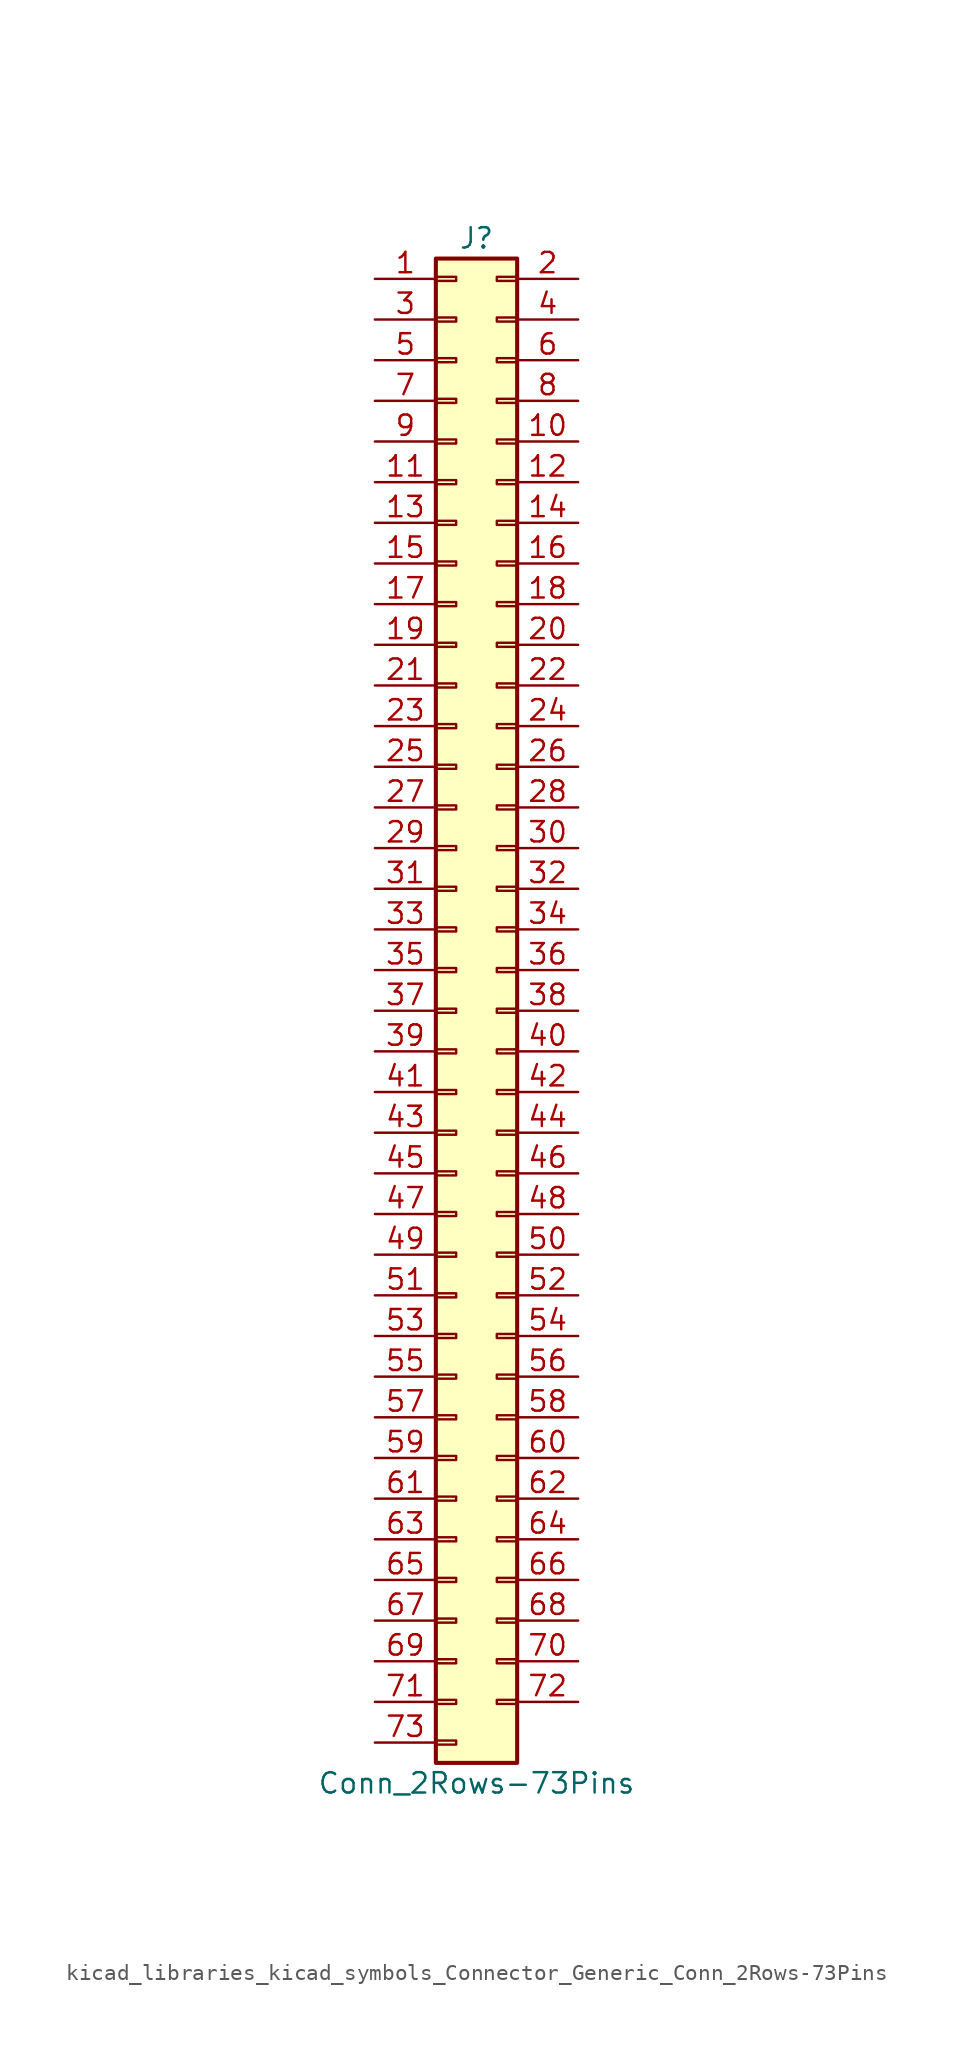
<source format=kicad_sym>
(kicad_symbol_lib
  (version 20220914)
  (generator kicad_symbol_editor)
  (symbol "kicad_libraries_kicad_symbols_Connector_Generic_Conn_2Rows-73Pins"
    (pin_names
      (offset 1.016) hide)
    (property "Reference" "J"
      (at 1.27 48.26 0)
      (effects (font (size 1.27 1.27))))
    (property "Value" "Conn_2Rows-73Pins"
      (at 1.27 -48.26 0)
      (effects (font (size 1.27 1.27))))
    (symbol "kicad_libraries_kicad_symbols_Connector_Generic_Conn_2Rows-73Pins_1_1"
      (rectangle (start -1.27 -45.593) (end 0 -45.847) (stroke (width 0.152) (type default)) (fill (type none)))
      (rectangle (start -1.27 -43.053) (end 0 -43.307) (stroke (width 0.152) (type default)) (fill (type none)))
      (rectangle (start -1.27 -40.513) (end 0 -40.767) (stroke (width 0.152) (type default)) (fill (type none)))
      (rectangle (start -1.27 -37.973) (end 0 -38.227) (stroke (width 0.152) (type default)) (fill (type none)))
      (rectangle (start -1.27 -35.433) (end 0 -35.687) (stroke (width 0.152) (type default)) (fill (type none)))
      (rectangle (start -1.27 -32.893) (end 0 -33.147) (stroke (width 0.152) (type default)) (fill (type none)))
      (rectangle (start -1.27 -30.353) (end 0 -30.607) (stroke (width 0.152) (type default)) (fill (type none)))
      (rectangle (start -1.27 -27.813) (end 0 -28.067) (stroke (width 0.152) (type default)) (fill (type none)))
      (rectangle (start -1.27 -25.273) (end 0 -25.527) (stroke (width 0.152) (type default)) (fill (type none)))
      (rectangle (start -1.27 -22.733) (end 0 -22.987) (stroke (width 0.152) (type default)) (fill (type none)))
      (rectangle (start -1.27 -20.193) (end 0 -20.447) (stroke (width 0.152) (type default)) (fill (type none)))
      (rectangle (start -1.27 -17.653) (end 0 -17.907) (stroke (width 0.152) (type default)) (fill (type none)))
      (rectangle (start -1.27 -15.113) (end 0 -15.367) (stroke (width 0.152) (type default)) (fill (type none)))
      (rectangle (start -1.27 -12.573) (end 0 -12.827) (stroke (width 0.152) (type default)) (fill (type none)))
      (rectangle (start -1.27 -10.033) (end 0 -10.287) (stroke (width 0.152) (type default)) (fill (type none)))
      (rectangle (start -1.27 -7.493) (end 0 -7.747) (stroke (width 0.152) (type default)) (fill (type none)))
      (rectangle (start -1.27 -4.953) (end 0 -5.207) (stroke (width 0.152) (type default)) (fill (type none)))
      (rectangle (start -1.27 -2.413) (end 0 -2.667) (stroke (width 0.152) (type default)) (fill (type none)))
      (rectangle (start -1.27 0.127) (end 0 -0.127) (stroke (width 0.152) (type default)) (fill (type none)))
      (rectangle (start -1.27 2.667) (end 0 2.413) (stroke (width 0.152) (type default)) (fill (type none)))
      (rectangle (start -1.27 5.207) (end 0 4.953) (stroke (width 0.152) (type default)) (fill (type none)))
      (rectangle (start -1.27 7.747) (end 0 7.493) (stroke (width 0.152) (type default)) (fill (type none)))
      (rectangle (start -1.27 10.287) (end 0 10.033) (stroke (width 0.152) (type default)) (fill (type none)))
      (rectangle (start -1.27 12.827) (end 0 12.573) (stroke (width 0.152) (type default)) (fill (type none)))
      (rectangle (start -1.27 15.367) (end 0 15.113) (stroke (width 0.152) (type default)) (fill (type none)))
      (rectangle (start -1.27 17.907) (end 0 17.653) (stroke (width 0.152) (type default)) (fill (type none)))
      (rectangle (start -1.27 20.447) (end 0 20.193) (stroke (width 0.152) (type default)) (fill (type none)))
      (rectangle (start -1.27 22.987) (end 0 22.733) (stroke (width 0.152) (type default)) (fill (type none)))
      (rectangle (start -1.27 25.527) (end 0 25.273) (stroke (width 0.152) (type default)) (fill (type none)))
      (rectangle (start -1.27 28.067) (end 0 27.813) (stroke (width 0.152) (type default)) (fill (type none)))
      (rectangle (start -1.27 30.607) (end 0 30.353) (stroke (width 0.152) (type default)) (fill (type none)))
      (rectangle (start -1.27 33.147) (end 0 32.893) (stroke (width 0.152) (type default)) (fill (type none)))
      (rectangle (start -1.27 35.687) (end 0 35.433) (stroke (width 0.152) (type default)) (fill (type none)))
      (rectangle (start -1.27 38.227) (end 0 37.973) (stroke (width 0.152) (type default)) (fill (type none)))
      (rectangle (start -1.27 40.767) (end 0 40.513) (stroke (width 0.152) (type default)) (fill (type none)))
      (rectangle (start -1.27 43.307) (end 0 43.053) (stroke (width 0.152) (type default)) (fill (type none)))
      (rectangle (start -1.27 45.847) (end 0 45.593) (stroke (width 0.152) (type default)) (fill (type none)))
      (rectangle (start -1.27 46.99) (end 3.81 -46.99) (stroke (width 0.254) (type default)) (fill (type background)))
      (rectangle (start 3.81 -43.053) (end 2.54 -43.307) (stroke (width 0.152) (type default)) (fill (type none)))
      (rectangle (start 3.81 -40.513) (end 2.54 -40.767) (stroke (width 0.152) (type default)) (fill (type none)))
      (rectangle (start 3.81 -37.973) (end 2.54 -38.227) (stroke (width 0.152) (type default)) (fill (type none)))
      (rectangle (start 3.81 -35.433) (end 2.54 -35.687) (stroke (width 0.152) (type default)) (fill (type none)))
      (rectangle (start 3.81 -32.893) (end 2.54 -33.147) (stroke (width 0.152) (type default)) (fill (type none)))
      (rectangle (start 3.81 -30.353) (end 2.54 -30.607) (stroke (width 0.152) (type default)) (fill (type none)))
      (rectangle (start 3.81 -27.813) (end 2.54 -28.067) (stroke (width 0.152) (type default)) (fill (type none)))
      (rectangle (start 3.81 -25.273) (end 2.54 -25.527) (stroke (width 0.152) (type default)) (fill (type none)))
      (rectangle (start 3.81 -22.733) (end 2.54 -22.987) (stroke (width 0.152) (type default)) (fill (type none)))
      (rectangle (start 3.81 -20.193) (end 2.54 -20.447) (stroke (width 0.152) (type default)) (fill (type none)))
      (rectangle (start 3.81 -17.653) (end 2.54 -17.907) (stroke (width 0.152) (type default)) (fill (type none)))
      (rectangle (start 3.81 -15.113) (end 2.54 -15.367) (stroke (width 0.152) (type default)) (fill (type none)))
      (rectangle (start 3.81 -12.573) (end 2.54 -12.827) (stroke (width 0.152) (type default)) (fill (type none)))
      (rectangle (start 3.81 -10.033) (end 2.54 -10.287) (stroke (width 0.152) (type default)) (fill (type none)))
      (rectangle (start 3.81 -7.493) (end 2.54 -7.747) (stroke (width 0.152) (type default)) (fill (type none)))
      (rectangle (start 3.81 -4.953) (end 2.54 -5.207) (stroke (width 0.152) (type default)) (fill (type none)))
      (rectangle (start 3.81 -2.413) (end 2.54 -2.667) (stroke (width 0.152) (type default)) (fill (type none)))
      (rectangle (start 3.81 0.127) (end 2.54 -0.127) (stroke (width 0.152) (type default)) (fill (type none)))
      (rectangle (start 3.81 2.667) (end 2.54 2.413) (stroke (width 0.152) (type default)) (fill (type none)))
      (rectangle (start 3.81 5.207) (end 2.54 4.953) (stroke (width 0.152) (type default)) (fill (type none)))
      (rectangle (start 3.81 7.747) (end 2.54 7.493) (stroke (width 0.152) (type default)) (fill (type none)))
      (rectangle (start 3.81 10.287) (end 2.54 10.033) (stroke (width 0.152) (type default)) (fill (type none)))
      (rectangle (start 3.81 12.827) (end 2.54 12.573) (stroke (width 0.152) (type default)) (fill (type none)))
      (rectangle (start 3.81 15.367) (end 2.54 15.113) (stroke (width 0.152) (type default)) (fill (type none)))
      (rectangle (start 3.81 17.907) (end 2.54 17.653) (stroke (width 0.152) (type default)) (fill (type none)))
      (rectangle (start 3.81 20.447) (end 2.54 20.193) (stroke (width 0.152) (type default)) (fill (type none)))
      (rectangle (start 3.81 22.987) (end 2.54 22.733) (stroke (width 0.152) (type default)) (fill (type none)))
      (rectangle (start 3.81 25.527) (end 2.54 25.273) (stroke (width 0.152) (type default)) (fill (type none)))
      (rectangle (start 3.81 28.067) (end 2.54 27.813) (stroke (width 0.152) (type default)) (fill (type none)))
      (rectangle (start 3.81 30.607) (end 2.54 30.353) (stroke (width 0.152) (type default)) (fill (type none)))
      (rectangle (start 3.81 33.147) (end 2.54 32.893) (stroke (width 0.152) (type default)) (fill (type none)))
      (rectangle (start 3.81 35.687) (end 2.54 35.433) (stroke (width 0.152) (type default)) (fill (type none)))
      (rectangle (start 3.81 38.227) (end 2.54 37.973) (stroke (width 0.152) (type default)) (fill (type none)))
      (rectangle (start 3.81 40.767) (end 2.54 40.513) (stroke (width 0.152) (type default)) (fill (type none)))
      (rectangle (start 3.81 43.307) (end 2.54 43.053) (stroke (width 0.152) (type default)) (fill (type none)))
      (rectangle (start 3.81 45.847) (end 2.54 45.593) (stroke (width 0.152) (type default)) (fill (type none)))
      (pin passive line (at -5.08 45.72 0) (length 3.81) (name "Pin_1" (effects (font (size 1.27 1.27)))) (number "1" (effects (font (size 1.27 1.27)))))
      (pin passive line (at 7.62 35.56 180) (length 3.81) (name "Pin_10" (effects (font (size 1.27 1.27)))) (number "10" (effects (font (size 1.27 1.27)))))
      (pin passive line (at -5.08 33.02 0) (length 3.81) (name "Pin_11" (effects (font (size 1.27 1.27)))) (number "11" (effects (font (size 1.27 1.27)))))
      (pin passive line (at 7.62 33.02 180) (length 3.81) (name "Pin_12" (effects (font (size 1.27 1.27)))) (number "12" (effects (font (size 1.27 1.27)))))
      (pin passive line (at -5.08 30.48 0) (length 3.81) (name "Pin_13" (effects (font (size 1.27 1.27)))) (number "13" (effects (font (size 1.27 1.27)))))
      (pin passive line (at 7.62 30.48 180) (length 3.81) (name "Pin_14" (effects (font (size 1.27 1.27)))) (number "14" (effects (font (size 1.27 1.27)))))
      (pin passive line (at -5.08 27.94 0) (length 3.81) (name "Pin_15" (effects (font (size 1.27 1.27)))) (number "15" (effects (font (size 1.27 1.27)))))
      (pin passive line (at 7.62 27.94 180) (length 3.81) (name "Pin_16" (effects (font (size 1.27 1.27)))) (number "16" (effects (font (size 1.27 1.27)))))
      (pin passive line (at -5.08 25.4 0) (length 3.81) (name "Pin_17" (effects (font (size 1.27 1.27)))) (number "17" (effects (font (size 1.27 1.27)))))
      (pin passive line (at 7.62 25.4 180) (length 3.81) (name "Pin_18" (effects (font (size 1.27 1.27)))) (number "18" (effects (font (size 1.27 1.27)))))
      (pin passive line (at -5.08 22.86 0) (length 3.81) (name "Pin_19" (effects (font (size 1.27 1.27)))) (number "19" (effects (font (size 1.27 1.27)))))
      (pin passive line (at 7.62 45.72 180) (length 3.81) (name "Pin_2" (effects (font (size 1.27 1.27)))) (number "2" (effects (font (size 1.27 1.27)))))
      (pin passive line (at 7.62 22.86 180) (length 3.81) (name "Pin_20" (effects (font (size 1.27 1.27)))) (number "20" (effects (font (size 1.27 1.27)))))
      (pin passive line (at -5.08 20.32 0) (length 3.81) (name "Pin_21" (effects (font (size 1.27 1.27)))) (number "21" (effects (font (size 1.27 1.27)))))
      (pin passive line (at 7.62 20.32 180) (length 3.81) (name "Pin_22" (effects (font (size 1.27 1.27)))) (number "22" (effects (font (size 1.27 1.27)))))
      (pin passive line (at -5.08 17.78 0) (length 3.81) (name "Pin_23" (effects (font (size 1.27 1.27)))) (number "23" (effects (font (size 1.27 1.27)))))
      (pin passive line (at 7.62 17.78 180) (length 3.81) (name "Pin_24" (effects (font (size 1.27 1.27)))) (number "24" (effects (font (size 1.27 1.27)))))
      (pin passive line (at -5.08 15.24 0) (length 3.81) (name "Pin_25" (effects (font (size 1.27 1.27)))) (number "25" (effects (font (size 1.27 1.27)))))
      (pin passive line (at 7.62 15.24 180) (length 3.81) (name "Pin_26" (effects (font (size 1.27 1.27)))) (number "26" (effects (font (size 1.27 1.27)))))
      (pin passive line (at -5.08 12.7 0) (length 3.81) (name "Pin_27" (effects (font (size 1.27 1.27)))) (number "27" (effects (font (size 1.27 1.27)))))
      (pin passive line (at 7.62 12.7 180) (length 3.81) (name "Pin_28" (effects (font (size 1.27 1.27)))) (number "28" (effects (font (size 1.27 1.27)))))
      (pin passive line (at -5.08 10.16 0) (length 3.81) (name "Pin_29" (effects (font (size 1.27 1.27)))) (number "29" (effects (font (size 1.27 1.27)))))
      (pin passive line (at -5.08 43.18 0) (length 3.81) (name "Pin_3" (effects (font (size 1.27 1.27)))) (number "3" (effects (font (size 1.27 1.27)))))
      (pin passive line (at 7.62 10.16 180) (length 3.81) (name "Pin_30" (effects (font (size 1.27 1.27)))) (number "30" (effects (font (size 1.27 1.27)))))
      (pin passive line (at -5.08 7.62 0) (length 3.81) (name "Pin_31" (effects (font (size 1.27 1.27)))) (number "31" (effects (font (size 1.27 1.27)))))
      (pin passive line (at 7.62 7.62 180) (length 3.81) (name "Pin_32" (effects (font (size 1.27 1.27)))) (number "32" (effects (font (size 1.27 1.27)))))
      (pin passive line (at -5.08 5.08 0) (length 3.81) (name "Pin_33" (effects (font (size 1.27 1.27)))) (number "33" (effects (font (size 1.27 1.27)))))
      (pin passive line (at 7.62 5.08 180) (length 3.81) (name "Pin_34" (effects (font (size 1.27 1.27)))) (number "34" (effects (font (size 1.27 1.27)))))
      (pin passive line (at -5.08 2.54 0) (length 3.81) (name "Pin_35" (effects (font (size 1.27 1.27)))) (number "35" (effects (font (size 1.27 1.27)))))
      (pin passive line (at 7.62 2.54 180) (length 3.81) (name "Pin_36" (effects (font (size 1.27 1.27)))) (number "36" (effects (font (size 1.27 1.27)))))
      (pin passive line (at -5.08 0 0) (length 3.81) (name "Pin_37" (effects (font (size 1.27 1.27)))) (number "37" (effects (font (size 1.27 1.27)))))
      (pin passive line (at 7.62 0 180) (length 3.81) (name "Pin_38" (effects (font (size 1.27 1.27)))) (number "38" (effects (font (size 1.27 1.27)))))
      (pin passive line (at -5.08 -2.54 0) (length 3.81) (name "Pin_39" (effects (font (size 1.27 1.27)))) (number "39" (effects (font (size 1.27 1.27)))))
      (pin passive line (at 7.62 43.18 180) (length 3.81) (name "Pin_4" (effects (font (size 1.27 1.27)))) (number "4" (effects (font (size 1.27 1.27)))))
      (pin passive line (at 7.62 -2.54 180) (length 3.81) (name "Pin_40" (effects (font (size 1.27 1.27)))) (number "40" (effects (font (size 1.27 1.27)))))
      (pin passive line (at -5.08 -5.08 0) (length 3.81) (name "Pin_41" (effects (font (size 1.27 1.27)))) (number "41" (effects (font (size 1.27 1.27)))))
      (pin passive line (at 7.62 -5.08 180) (length 3.81) (name "Pin_42" (effects (font (size 1.27 1.27)))) (number "42" (effects (font (size 1.27 1.27)))))
      (pin passive line (at -5.08 -7.62 0) (length 3.81) (name "Pin_43" (effects (font (size 1.27 1.27)))) (number "43" (effects (font (size 1.27 1.27)))))
      (pin passive line (at 7.62 -7.62 180) (length 3.81) (name "Pin_44" (effects (font (size 1.27 1.27)))) (number "44" (effects (font (size 1.27 1.27)))))
      (pin passive line (at -5.08 -10.16 0) (length 3.81) (name "Pin_45" (effects (font (size 1.27 1.27)))) (number "45" (effects (font (size 1.27 1.27)))))
      (pin passive line (at 7.62 -10.16 180) (length 3.81) (name "Pin_46" (effects (font (size 1.27 1.27)))) (number "46" (effects (font (size 1.27 1.27)))))
      (pin passive line (at -5.08 -12.7 0) (length 3.81) (name "Pin_47" (effects (font (size 1.27 1.27)))) (number "47" (effects (font (size 1.27 1.27)))))
      (pin passive line (at 7.62 -12.7 180) (length 3.81) (name "Pin_48" (effects (font (size 1.27 1.27)))) (number "48" (effects (font (size 1.27 1.27)))))
      (pin passive line (at -5.08 -15.24 0) (length 3.81) (name "Pin_49" (effects (font (size 1.27 1.27)))) (number "49" (effects (font (size 1.27 1.27)))))
      (pin passive line (at -5.08 40.64 0) (length 3.81) (name "Pin_5" (effects (font (size 1.27 1.27)))) (number "5" (effects (font (size 1.27 1.27)))))
      (pin passive line (at 7.62 -15.24 180) (length 3.81) (name "Pin_50" (effects (font (size 1.27 1.27)))) (number "50" (effects (font (size 1.27 1.27)))))
      (pin passive line (at -5.08 -17.78 0) (length 3.81) (name "Pin_51" (effects (font (size 1.27 1.27)))) (number "51" (effects (font (size 1.27 1.27)))))
      (pin passive line (at 7.62 -17.78 180) (length 3.81) (name "Pin_52" (effects (font (size 1.27 1.27)))) (number "52" (effects (font (size 1.27 1.27)))))
      (pin passive line (at -5.08 -20.32 0) (length 3.81) (name "Pin_53" (effects (font (size 1.27 1.27)))) (number "53" (effects (font (size 1.27 1.27)))))
      (pin passive line (at 7.62 -20.32 180) (length 3.81) (name "Pin_54" (effects (font (size 1.27 1.27)))) (number "54" (effects (font (size 1.27 1.27)))))
      (pin passive line (at -5.08 -22.86 0) (length 3.81) (name "Pin_55" (effects (font (size 1.27 1.27)))) (number "55" (effects (font (size 1.27 1.27)))))
      (pin passive line (at 7.62 -22.86 180) (length 3.81) (name "Pin_56" (effects (font (size 1.27 1.27)))) (number "56" (effects (font (size 1.27 1.27)))))
      (pin passive line (at -5.08 -25.4 0) (length 3.81) (name "Pin_57" (effects (font (size 1.27 1.27)))) (number "57" (effects (font (size 1.27 1.27)))))
      (pin passive line (at 7.62 -25.4 180) (length 3.81) (name "Pin_58" (effects (font (size 1.27 1.27)))) (number "58" (effects (font (size 1.27 1.27)))))
      (pin passive line (at -5.08 -27.94 0) (length 3.81) (name "Pin_59" (effects (font (size 1.27 1.27)))) (number "59" (effects (font (size 1.27 1.27)))))
      (pin passive line (at 7.62 40.64 180) (length 3.81) (name "Pin_6" (effects (font (size 1.27 1.27)))) (number "6" (effects (font (size 1.27 1.27)))))
      (pin passive line (at 7.62 -27.94 180) (length 3.81) (name "Pin_60" (effects (font (size 1.27 1.27)))) (number "60" (effects (font (size 1.27 1.27)))))
      (pin passive line (at -5.08 -30.48 0) (length 3.81) (name "Pin_61" (effects (font (size 1.27 1.27)))) (number "61" (effects (font (size 1.27 1.27)))))
      (pin passive line (at 7.62 -30.48 180) (length 3.81) (name "Pin_62" (effects (font (size 1.27 1.27)))) (number "62" (effects (font (size 1.27 1.27)))))
      (pin passive line (at -5.08 -33.02 0) (length 3.81) (name "Pin_63" (effects (font (size 1.27 1.27)))) (number "63" (effects (font (size 1.27 1.27)))))
      (pin passive line (at 7.62 -33.02 180) (length 3.81) (name "Pin_64" (effects (font (size 1.27 1.27)))) (number "64" (effects (font (size 1.27 1.27)))))
      (pin passive line (at -5.08 -35.56 0) (length 3.81) (name "Pin_65" (effects (font (size 1.27 1.27)))) (number "65" (effects (font (size 1.27 1.27)))))
      (pin passive line (at 7.62 -35.56 180) (length 3.81) (name "Pin_66" (effects (font (size 1.27 1.27)))) (number "66" (effects (font (size 1.27 1.27)))))
      (pin passive line (at -5.08 -38.1 0) (length 3.81) (name "Pin_67" (effects (font (size 1.27 1.27)))) (number "67" (effects (font (size 1.27 1.27)))))
      (pin passive line (at 7.62 -38.1 180) (length 3.81) (name "Pin_68" (effects (font (size 1.27 1.27)))) (number "68" (effects (font (size 1.27 1.27)))))
      (pin passive line (at -5.08 -40.64 0) (length 3.81) (name "Pin_69" (effects (font (size 1.27 1.27)))) (number "69" (effects (font (size 1.27 1.27)))))
      (pin passive line (at -5.08 38.1 0) (length 3.81) (name "Pin_7" (effects (font (size 1.27 1.27)))) (number "7" (effects (font (size 1.27 1.27)))))
      (pin passive line (at 7.62 -40.64 180) (length 3.81) (name "Pin_70" (effects (font (size 1.27 1.27)))) (number "70" (effects (font (size 1.27 1.27)))))
      (pin passive line (at -5.08 -43.18 0) (length 3.81) (name "Pin_71" (effects (font (size 1.27 1.27)))) (number "71" (effects (font (size 1.27 1.27)))))
      (pin passive line (at 7.62 -43.18 180) (length 3.81) (name "Pin_72" (effects (font (size 1.27 1.27)))) (number "72" (effects (font (size 1.27 1.27)))))
      (pin passive line (at -5.08 -45.72 0) (length 3.81) (name "Pin_73" (effects (font (size 1.27 1.27)))) (number "73" (effects (font (size 1.27 1.27)))))
      (pin passive line (at 7.62 38.1 180) (length 3.81) (name "Pin_8" (effects (font (size 1.27 1.27)))) (number "8" (effects (font (size 1.27 1.27)))))
      (pin passive line (at -5.08 35.56 0) (length 3.81) (name "Pin_9" (effects (font (size 1.27 1.27)))) (number "9" (effects (font (size 1.27 1.27))))))))
</source>
